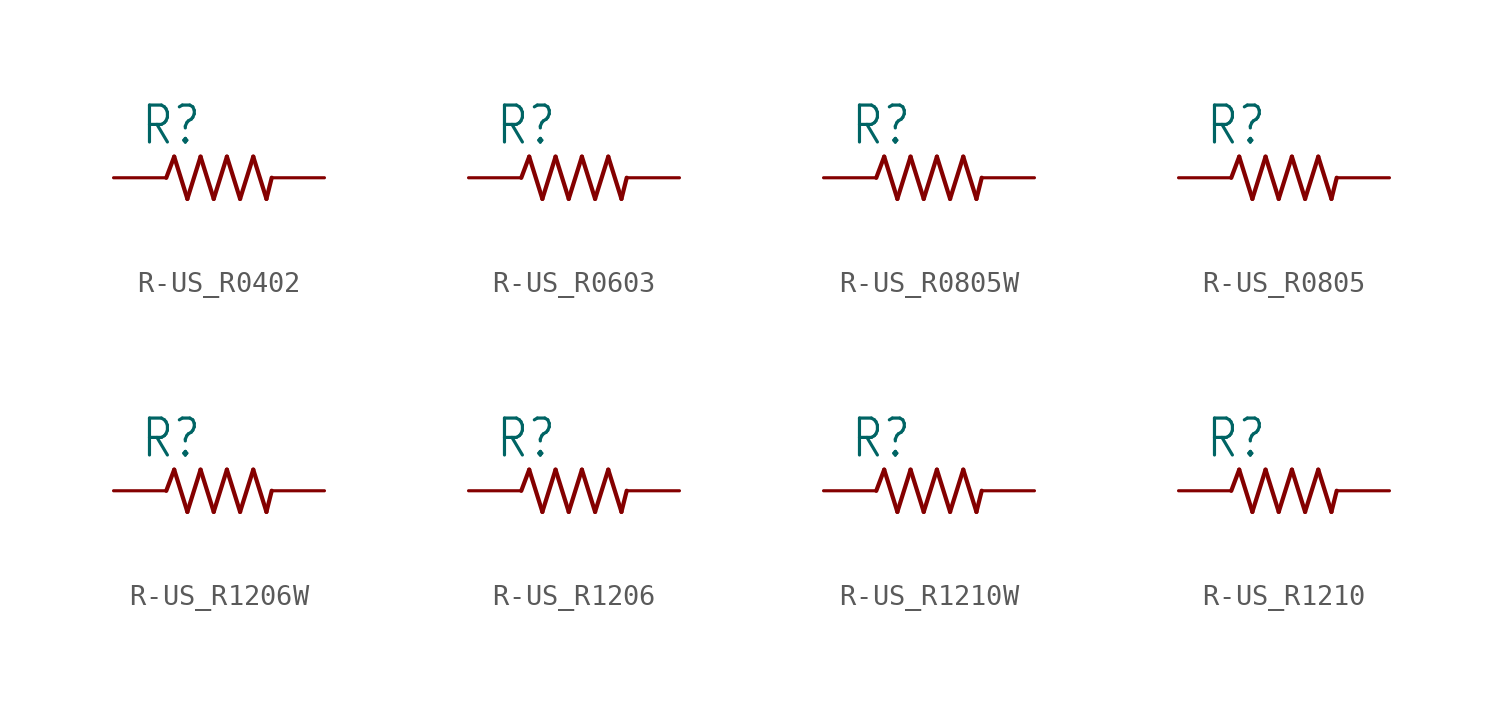
<source format=kicad_sym>
(kicad_symbol_lib
  (version 20220914)
  (generator kicad_symbol_editor)
  (symbol "R-US_R0402"
    (property "Reference" "R"
      (at -3.81 1.499 0)
      (effects (font (size 1.778 1.511)) (justify left bottom)))
    (property "Value" ""
      (at -3.81 -3.302 0)
      (effects (font (size 1.778 1.511)) (justify left bottom)))
    (property "ki_locked" ""
      (at 0 0 0)
      (effects (font (size 1.27 1.27))))
    (symbol "R-US_R0402_1_0"
      (polyline (pts (xy -2.54 0) (xy -2.159 1.016)) (stroke (width 0.203) (type solid)) (fill (type none)))
      (polyline (pts (xy -2.159 1.016) (xy -1.524 -1.016)) (stroke (width 0.203) (type solid)) (fill (type none)))
      (polyline (pts (xy -1.524 -1.016) (xy -0.889 1.016)) (stroke (width 0.203) (type solid)) (fill (type none)))
      (polyline (pts (xy -0.889 1.016) (xy -0.254 -1.016)) (stroke (width 0.203) (type solid)) (fill (type none)))
      (polyline (pts (xy -0.254 -1.016) (xy 0.381 1.016)) (stroke (width 0.203) (type solid)) (fill (type none)))
      (polyline (pts (xy 0.381 1.016) (xy 1.016 -1.016)) (stroke (width 0.203) (type solid)) (fill (type none)))
      (polyline (pts (xy 1.016 -1.016) (xy 1.651 1.016)) (stroke (width 0.203) (type solid)) (fill (type none)))
      (polyline (pts (xy 1.651 1.016) (xy 2.286 -1.016)) (stroke (width 0.203) (type solid)) (fill (type none)))
      (polyline (pts (xy 2.286 -1.016) (xy 2.54 0)) (stroke (width 0.203) (type solid)) (fill (type none)))
      (pin passive line (at -5.08 0 0) (length 2.54) (name "1" (effects (font (size 0 0)))) (number "1" (effects (font (size 0 0)))))
      (pin passive line (at 5.08 0 180) (length 2.54) (name "2" (effects (font (size 0 0)))) (number "2" (effects (font (size 0 0)))))))
  (symbol "R-US_R0603"
    (property "Reference" "R"
      (at -3.81 1.499 0)
      (effects (font (size 1.778 1.511)) (justify left bottom)))
    (property "Value" ""
      (at -3.81 -3.302 0)
      (effects (font (size 1.778 1.511)) (justify left bottom)))
    (property "ki_locked" ""
      (at 0 0 0)
      (effects (font (size 1.27 1.27))))
    (symbol "R-US_R0603_1_0"
      (polyline (pts (xy -2.54 0) (xy -2.159 1.016)) (stroke (width 0.203) (type solid)) (fill (type none)))
      (polyline (pts (xy -2.159 1.016) (xy -1.524 -1.016)) (stroke (width 0.203) (type solid)) (fill (type none)))
      (polyline (pts (xy -1.524 -1.016) (xy -0.889 1.016)) (stroke (width 0.203) (type solid)) (fill (type none)))
      (polyline (pts (xy -0.889 1.016) (xy -0.254 -1.016)) (stroke (width 0.203) (type solid)) (fill (type none)))
      (polyline (pts (xy -0.254 -1.016) (xy 0.381 1.016)) (stroke (width 0.203) (type solid)) (fill (type none)))
      (polyline (pts (xy 0.381 1.016) (xy 1.016 -1.016)) (stroke (width 0.203) (type solid)) (fill (type none)))
      (polyline (pts (xy 1.016 -1.016) (xy 1.651 1.016)) (stroke (width 0.203) (type solid)) (fill (type none)))
      (polyline (pts (xy 1.651 1.016) (xy 2.286 -1.016)) (stroke (width 0.203) (type solid)) (fill (type none)))
      (polyline (pts (xy 2.286 -1.016) (xy 2.54 0)) (stroke (width 0.203) (type solid)) (fill (type none)))
      (pin passive line (at -5.08 0 0) (length 2.54) (name "1" (effects (font (size 0 0)))) (number "1" (effects (font (size 0 0)))))
      (pin passive line (at 5.08 0 180) (length 2.54) (name "2" (effects (font (size 0 0)))) (number "2" (effects (font (size 0 0)))))))
  (symbol "R-US_R0805W"
    (property "Reference" "R"
      (at -3.81 1.499 0)
      (effects (font (size 1.778 1.511)) (justify left bottom)))
    (property "Value" ""
      (at -3.81 -3.302 0)
      (effects (font (size 1.778 1.511)) (justify left bottom)))
    (property "ki_locked" ""
      (at 0 0 0)
      (effects (font (size 1.27 1.27))))
    (symbol "R-US_R0805W_1_0"
      (polyline (pts (xy -2.54 0) (xy -2.159 1.016)) (stroke (width 0.203) (type solid)) (fill (type none)))
      (polyline (pts (xy -2.159 1.016) (xy -1.524 -1.016)) (stroke (width 0.203) (type solid)) (fill (type none)))
      (polyline (pts (xy -1.524 -1.016) (xy -0.889 1.016)) (stroke (width 0.203) (type solid)) (fill (type none)))
      (polyline (pts (xy -0.889 1.016) (xy -0.254 -1.016)) (stroke (width 0.203) (type solid)) (fill (type none)))
      (polyline (pts (xy -0.254 -1.016) (xy 0.381 1.016)) (stroke (width 0.203) (type solid)) (fill (type none)))
      (polyline (pts (xy 0.381 1.016) (xy 1.016 -1.016)) (stroke (width 0.203) (type solid)) (fill (type none)))
      (polyline (pts (xy 1.016 -1.016) (xy 1.651 1.016)) (stroke (width 0.203) (type solid)) (fill (type none)))
      (polyline (pts (xy 1.651 1.016) (xy 2.286 -1.016)) (stroke (width 0.203) (type solid)) (fill (type none)))
      (polyline (pts (xy 2.286 -1.016) (xy 2.54 0)) (stroke (width 0.203) (type solid)) (fill (type none)))
      (pin passive line (at -5.08 0 0) (length 2.54) (name "1" (effects (font (size 0 0)))) (number "1" (effects (font (size 0 0)))))
      (pin passive line (at 5.08 0 180) (length 2.54) (name "2" (effects (font (size 0 0)))) (number "2" (effects (font (size 0 0)))))))
  (symbol "R-US_R0805"
    (property "Reference" "R"
      (at -3.81 1.499 0)
      (effects (font (size 1.778 1.511)) (justify left bottom)))
    (property "Value" ""
      (at -3.81 -3.302 0)
      (effects (font (size 1.778 1.511)) (justify left bottom)))
    (property "ki_locked" ""
      (at 0 0 0)
      (effects (font (size 1.27 1.27))))
    (symbol "R-US_R0805_1_0"
      (polyline (pts (xy -2.54 0) (xy -2.159 1.016)) (stroke (width 0.203) (type solid)) (fill (type none)))
      (polyline (pts (xy -2.159 1.016) (xy -1.524 -1.016)) (stroke (width 0.203) (type solid)) (fill (type none)))
      (polyline (pts (xy -1.524 -1.016) (xy -0.889 1.016)) (stroke (width 0.203) (type solid)) (fill (type none)))
      (polyline (pts (xy -0.889 1.016) (xy -0.254 -1.016)) (stroke (width 0.203) (type solid)) (fill (type none)))
      (polyline (pts (xy -0.254 -1.016) (xy 0.381 1.016)) (stroke (width 0.203) (type solid)) (fill (type none)))
      (polyline (pts (xy 0.381 1.016) (xy 1.016 -1.016)) (stroke (width 0.203) (type solid)) (fill (type none)))
      (polyline (pts (xy 1.016 -1.016) (xy 1.651 1.016)) (stroke (width 0.203) (type solid)) (fill (type none)))
      (polyline (pts (xy 1.651 1.016) (xy 2.286 -1.016)) (stroke (width 0.203) (type solid)) (fill (type none)))
      (polyline (pts (xy 2.286 -1.016) (xy 2.54 0)) (stroke (width 0.203) (type solid)) (fill (type none)))
      (pin passive line (at -5.08 0 0) (length 2.54) (name "1" (effects (font (size 0 0)))) (number "1" (effects (font (size 0 0)))))
      (pin passive line (at 5.08 0 180) (length 2.54) (name "2" (effects (font (size 0 0)))) (number "2" (effects (font (size 0 0)))))))
  (symbol "R-US_R1206W"
    (property "Reference" "R"
      (at -3.81 1.499 0)
      (effects (font (size 1.778 1.511)) (justify left bottom)))
    (property "Value" ""
      (at -3.81 -3.302 0)
      (effects (font (size 1.778 1.511)) (justify left bottom)))
    (property "ki_locked" ""
      (at 0 0 0)
      (effects (font (size 1.27 1.27))))
    (symbol "R-US_R1206W_1_0"
      (polyline (pts (xy -2.54 0) (xy -2.159 1.016)) (stroke (width 0.203) (type solid)) (fill (type none)))
      (polyline (pts (xy -2.159 1.016) (xy -1.524 -1.016)) (stroke (width 0.203) (type solid)) (fill (type none)))
      (polyline (pts (xy -1.524 -1.016) (xy -0.889 1.016)) (stroke (width 0.203) (type solid)) (fill (type none)))
      (polyline (pts (xy -0.889 1.016) (xy -0.254 -1.016)) (stroke (width 0.203) (type solid)) (fill (type none)))
      (polyline (pts (xy -0.254 -1.016) (xy 0.381 1.016)) (stroke (width 0.203) (type solid)) (fill (type none)))
      (polyline (pts (xy 0.381 1.016) (xy 1.016 -1.016)) (stroke (width 0.203) (type solid)) (fill (type none)))
      (polyline (pts (xy 1.016 -1.016) (xy 1.651 1.016)) (stroke (width 0.203) (type solid)) (fill (type none)))
      (polyline (pts (xy 1.651 1.016) (xy 2.286 -1.016)) (stroke (width 0.203) (type solid)) (fill (type none)))
      (polyline (pts (xy 2.286 -1.016) (xy 2.54 0)) (stroke (width 0.203) (type solid)) (fill (type none)))
      (pin passive line (at -5.08 0 0) (length 2.54) (name "1" (effects (font (size 0 0)))) (number "1" (effects (font (size 0 0)))))
      (pin passive line (at 5.08 0 180) (length 2.54) (name "2" (effects (font (size 0 0)))) (number "2" (effects (font (size 0 0)))))))
  (symbol "R-US_R1206"
    (property "Reference" "R"
      (at -3.81 1.499 0)
      (effects (font (size 1.778 1.511)) (justify left bottom)))
    (property "Value" ""
      (at -3.81 -3.302 0)
      (effects (font (size 1.778 1.511)) (justify left bottom)))
    (property "ki_locked" ""
      (at 0 0 0)
      (effects (font (size 1.27 1.27))))
    (symbol "R-US_R1206_1_0"
      (polyline (pts (xy -2.54 0) (xy -2.159 1.016)) (stroke (width 0.203) (type solid)) (fill (type none)))
      (polyline (pts (xy -2.159 1.016) (xy -1.524 -1.016)) (stroke (width 0.203) (type solid)) (fill (type none)))
      (polyline (pts (xy -1.524 -1.016) (xy -0.889 1.016)) (stroke (width 0.203) (type solid)) (fill (type none)))
      (polyline (pts (xy -0.889 1.016) (xy -0.254 -1.016)) (stroke (width 0.203) (type solid)) (fill (type none)))
      (polyline (pts (xy -0.254 -1.016) (xy 0.381 1.016)) (stroke (width 0.203) (type solid)) (fill (type none)))
      (polyline (pts (xy 0.381 1.016) (xy 1.016 -1.016)) (stroke (width 0.203) (type solid)) (fill (type none)))
      (polyline (pts (xy 1.016 -1.016) (xy 1.651 1.016)) (stroke (width 0.203) (type solid)) (fill (type none)))
      (polyline (pts (xy 1.651 1.016) (xy 2.286 -1.016)) (stroke (width 0.203) (type solid)) (fill (type none)))
      (polyline (pts (xy 2.286 -1.016) (xy 2.54 0)) (stroke (width 0.203) (type solid)) (fill (type none)))
      (pin passive line (at -5.08 0 0) (length 2.54) (name "1" (effects (font (size 0 0)))) (number "1" (effects (font (size 0 0)))))
      (pin passive line (at 5.08 0 180) (length 2.54) (name "2" (effects (font (size 0 0)))) (number "2" (effects (font (size 0 0)))))))
  (symbol "R-US_R1210W"
    (property "Reference" "R"
      (at -3.81 1.499 0)
      (effects (font (size 1.778 1.511)) (justify left bottom)))
    (property "Value" ""
      (at -3.81 -3.302 0)
      (effects (font (size 1.778 1.511)) (justify left bottom)))
    (property "ki_locked" ""
      (at 0 0 0)
      (effects (font (size 1.27 1.27))))
    (symbol "R-US_R1210W_1_0"
      (polyline (pts (xy -2.54 0) (xy -2.159 1.016)) (stroke (width 0.203) (type solid)) (fill (type none)))
      (polyline (pts (xy -2.159 1.016) (xy -1.524 -1.016)) (stroke (width 0.203) (type solid)) (fill (type none)))
      (polyline (pts (xy -1.524 -1.016) (xy -0.889 1.016)) (stroke (width 0.203) (type solid)) (fill (type none)))
      (polyline (pts (xy -0.889 1.016) (xy -0.254 -1.016)) (stroke (width 0.203) (type solid)) (fill (type none)))
      (polyline (pts (xy -0.254 -1.016) (xy 0.381 1.016)) (stroke (width 0.203) (type solid)) (fill (type none)))
      (polyline (pts (xy 0.381 1.016) (xy 1.016 -1.016)) (stroke (width 0.203) (type solid)) (fill (type none)))
      (polyline (pts (xy 1.016 -1.016) (xy 1.651 1.016)) (stroke (width 0.203) (type solid)) (fill (type none)))
      (polyline (pts (xy 1.651 1.016) (xy 2.286 -1.016)) (stroke (width 0.203) (type solid)) (fill (type none)))
      (polyline (pts (xy 2.286 -1.016) (xy 2.54 0)) (stroke (width 0.203) (type solid)) (fill (type none)))
      (pin passive line (at -5.08 0 0) (length 2.54) (name "1" (effects (font (size 0 0)))) (number "1" (effects (font (size 0 0)))))
      (pin passive line (at 5.08 0 180) (length 2.54) (name "2" (effects (font (size 0 0)))) (number "2" (effects (font (size 0 0)))))))
  (symbol "R-US_R1210"
    (property "Reference" "R"
      (at -3.81 1.499 0)
      (effects (font (size 1.778 1.511)) (justify left bottom)))
    (property "Value" ""
      (at -3.81 -3.302 0)
      (effects (font (size 1.778 1.511)) (justify left bottom)))
    (property "ki_locked" ""
      (at 0 0 0)
      (effects (font (size 1.27 1.27))))
    (symbol "R-US_R1210_1_0"
      (polyline (pts (xy -2.54 0) (xy -2.159 1.016)) (stroke (width 0.203) (type solid)) (fill (type none)))
      (polyline (pts (xy -2.159 1.016) (xy -1.524 -1.016)) (stroke (width 0.203) (type solid)) (fill (type none)))
      (polyline (pts (xy -1.524 -1.016) (xy -0.889 1.016)) (stroke (width 0.203) (type solid)) (fill (type none)))
      (polyline (pts (xy -0.889 1.016) (xy -0.254 -1.016)) (stroke (width 0.203) (type solid)) (fill (type none)))
      (polyline (pts (xy -0.254 -1.016) (xy 0.381 1.016)) (stroke (width 0.203) (type solid)) (fill (type none)))
      (polyline (pts (xy 0.381 1.016) (xy 1.016 -1.016)) (stroke (width 0.203) (type solid)) (fill (type none)))
      (polyline (pts (xy 1.016 -1.016) (xy 1.651 1.016)) (stroke (width 0.203) (type solid)) (fill (type none)))
      (polyline (pts (xy 1.651 1.016) (xy 2.286 -1.016)) (stroke (width 0.203) (type solid)) (fill (type none)))
      (polyline (pts (xy 2.286 -1.016) (xy 2.54 0)) (stroke (width 0.203) (type solid)) (fill (type none)))
      (pin passive line (at -5.08 0 0) (length 2.54) (name "1" (effects (font (size 0 0)))) (number "1" (effects (font (size 0 0)))))
      (pin passive line (at 5.08 0 180) (length 2.54) (name "2" (effects (font (size 0 0)))) (number "2" (effects (font (size 0 0))))))))
</source>
